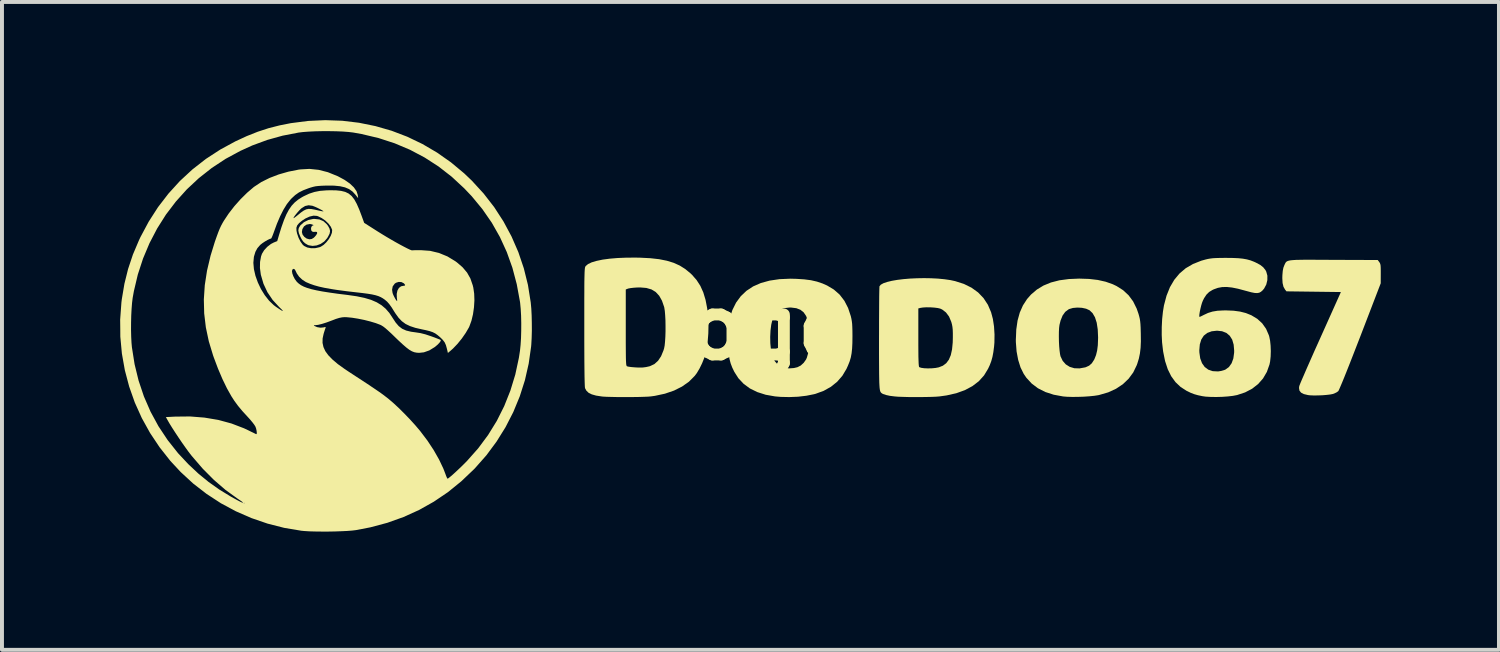
<source format=kicad_pcb>
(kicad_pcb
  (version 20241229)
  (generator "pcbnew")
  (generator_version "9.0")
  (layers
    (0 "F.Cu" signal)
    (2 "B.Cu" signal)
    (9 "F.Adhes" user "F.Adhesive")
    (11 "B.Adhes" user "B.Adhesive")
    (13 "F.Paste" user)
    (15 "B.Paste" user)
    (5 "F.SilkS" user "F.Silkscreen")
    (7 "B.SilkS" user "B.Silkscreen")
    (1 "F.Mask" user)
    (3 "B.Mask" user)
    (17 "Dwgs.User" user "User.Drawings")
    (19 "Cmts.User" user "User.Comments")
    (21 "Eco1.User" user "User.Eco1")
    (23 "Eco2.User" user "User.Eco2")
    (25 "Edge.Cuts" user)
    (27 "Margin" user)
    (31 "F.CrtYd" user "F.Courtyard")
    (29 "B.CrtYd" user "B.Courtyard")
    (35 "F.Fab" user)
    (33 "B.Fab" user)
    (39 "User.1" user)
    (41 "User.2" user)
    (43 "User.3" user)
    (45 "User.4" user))
  (footprint "logo"
    (layer "F.Cu")
    (at 16.122 5.259)
    (property "Reference" "logo" (at 0 0 0) (layer "F.SilkS") (effects (font (size 1.524 1.524) (thickness 0.3))))
    (attr through_hole)
    (fp_poly (pts (xy -11.063 -2.738) (xy -10.962 -2.694) (xy -10.878 -2.618) (xy -10.846 -2.576) (xy -10.808 -2.506) (xy -10.794 -2.444) (xy -10.806 -2.378) (xy -10.845 -2.301) (xy -10.869 -2.262) (xy -10.942 -2.179) (xy -11.034 -2.117) (xy -11.135 -2.079) (xy -11.239 -2.067) (xy -11.336 -2.083) (xy -11.37 -2.098) (xy -11.432 -2.136) (xy -11.478 -2.18) (xy -11.519 -2.242) (xy -11.548 -2.3) (xy -11.585 -2.39) (xy -11.591 -2.419) (xy -11.509 -2.419) (xy -11.492 -2.355) (xy -11.448 -2.297) (xy -11.388 -2.254) (xy -11.321 -2.235) (xy -11.315 -2.235) (xy -11.26 -2.243) (xy -11.212 -2.271) (xy -11.183 -2.298) (xy -11.146 -2.342) (xy -11.124 -2.382) (xy -11.121 -2.396) (xy -11.127 -2.419) (xy -11.153 -2.426) (xy -11.184 -2.424) (xy -11.231 -2.424) (xy -11.259 -2.443) (xy -11.269 -2.457) (xy -11.278 -2.501) (xy -11.27 -2.547) (xy -11.247 -2.579) (xy -11.227 -2.586) (xy -11.212 -2.591) (xy -11.224 -2.601) (xy -11.252 -2.612) (xy -11.287 -2.621) (xy -11.309 -2.623) (xy -11.392 -2.607) (xy -11.456 -2.562) (xy -11.497 -2.493) (xy -11.509 -2.419) (xy -11.591 -2.419) (xy -11.599 -2.462) (xy -11.588 -2.522) (xy -11.553 -2.58) (xy -11.545 -2.59) (xy -11.457 -2.669) (xy -11.348 -2.724) (xy -11.226 -2.751) (xy -11.185 -2.752)) (stroke (width 0) (type solid)) (fill yes) (layer "F.SilkS"))
    (fp_poly (pts (xy 14.279 -1.715) (xy 14.49 -1.714) (xy 14.679 -1.713) (xy 15.799 -1.709) (xy 15.838 -1.657) (xy 15.854 -1.632) (xy 15.865 -1.603) (xy 15.872 -1.564) (xy 15.875 -1.506) (xy 15.876 -1.423) (xy 15.876 -1.361) (xy 15.875 -1.118) (xy 15.357 0.23) (xy 15.26 0.479) (xy 15.171 0.708) (xy 15.09 0.915) (xy 15.017 1.099) (xy 14.953 1.259) (xy 14.899 1.391) (xy 14.855 1.495) (xy 14.823 1.569) (xy 14.803 1.611) (xy 14.797 1.62) (xy 14.755 1.65) (xy 14.695 1.679) (xy 14.661 1.691) (xy 14.595 1.704) (xy 14.502 1.715) (xy 14.393 1.724) (xy 14.279 1.728) (xy 14.171 1.729) (xy 14.078 1.725) (xy 14.029 1.719) (xy 13.924 1.694) (xy 13.853 1.657) (xy 13.812 1.606) (xy 13.801 1.538) (xy 13.807 1.492) (xy 13.817 1.465) (xy 13.84 1.407) (xy 13.876 1.322) (xy 13.924 1.212) (xy 13.981 1.08) (xy 14.048 0.928) (xy 14.122 0.76) (xy 14.202 0.579) (xy 14.288 0.388) (xy 14.342 0.268) (xy 14.864 -0.896) (xy 14.173 -0.905) (xy 13.482 -0.914) (xy 13.447 -0.958) (xy 13.407 -1.029) (xy 13.384 -1.124) (xy 13.377 -1.249) (xy 13.379 -1.323) (xy 13.388 -1.431) (xy 13.404 -1.513) (xy 13.428 -1.576) (xy 13.441 -1.604) (xy 13.453 -1.629) (xy 13.466 -1.65) (xy 13.483 -1.667) (xy 13.507 -1.681) (xy 13.54 -1.692) (xy 13.586 -1.701) (xy 13.647 -1.707) (xy 13.726 -1.712) (xy 13.826 -1.714) (xy 13.95 -1.716) (xy 14.1 -1.716)) (stroke (width 0) (type solid)) (fill yes) (layer "F.SilkS"))
    (fp_poly (pts (xy 8.471 -1.229) (xy 8.693 -1.203) (xy 8.893 -1.158) (xy 9.074 -1.094) (xy 9.17 -1.048) (xy 9.336 -0.943) (xy 9.475 -0.814) (xy 9.59 -0.659) (xy 9.68 -0.477) (xy 9.727 -0.342) (xy 9.745 -0.277) (xy 9.759 -0.218) (xy 9.769 -0.156) (xy 9.776 -0.084) (xy 9.781 0.007) (xy 9.784 0.124) (xy 9.785 0.166) (xy 9.787 0.356) (xy 9.78 0.519) (xy 9.763 0.661) (xy 9.736 0.792) (xy 9.697 0.919) (xy 9.681 0.963) (xy 9.593 1.145) (xy 9.475 1.305) (xy 9.329 1.444) (xy 9.156 1.559) (xy 8.958 1.65) (xy 8.735 1.715) (xy 8.711 1.721) (xy 8.609 1.737) (xy 8.48 1.75) (xy 8.336 1.76) (xy 8.186 1.765) (xy 8.04 1.766) (xy 7.91 1.762) (xy 7.814 1.754) (xy 7.574 1.71) (xy 7.361 1.641) (xy 7.174 1.546) (xy 7.014 1.425) (xy 6.88 1.279) (xy 6.813 1.181) (xy 6.732 1.017) (xy 6.672 0.825) (xy 6.632 0.611) (xy 6.614 0.378) (xy 6.613 0.314) (xy 6.617 0.233) (xy 7.705 0.233) (xy 7.707 0.357) (xy 7.713 0.479) (xy 7.723 0.589) (xy 7.735 0.68) (xy 7.747 0.735) (xy 7.802 0.85) (xy 7.881 0.94) (xy 7.981 1.003) (xy 8.099 1.038) (xy 8.231 1.042) (xy 8.374 1.016) (xy 8.387 1.012) (xy 8.473 0.973) (xy 8.541 0.913) (xy 8.599 0.824) (xy 8.609 0.804) (xy 8.649 0.703) (xy 8.677 0.588) (xy 8.694 0.454) (xy 8.7 0.292) (xy 8.701 0.256) (xy 8.692 0.053) (xy 8.666 -0.117) (xy 8.622 -0.255) (xy 8.56 -0.361) (xy 8.483 -0.434) (xy 8.397 -0.473) (xy 8.29 -0.496) (xy 8.174 -0.502) (xy 8.062 -0.492) (xy 7.966 -0.464) (xy 7.951 -0.456) (xy 7.867 -0.393) (xy 7.8 -0.3) (xy 7.749 -0.174) (xy 7.721 -0.062) (xy 7.711 0.015) (xy 7.706 0.116) (xy 7.705 0.233) (xy 6.617 0.233) (xy 6.624 0.057) (xy 6.657 -0.172) (xy 6.713 -0.375) (xy 6.793 -0.556) (xy 6.897 -0.717) (xy 6.999 -0.833) (xy 7.147 -0.959) (xy 7.315 -1.061) (xy 7.505 -1.139) (xy 7.719 -1.194) (xy 7.959 -1.226) (xy 8.221 -1.237)) (stroke (width 0) (type solid)) (fill yes) (layer "F.SilkS"))
    (fp_poly (pts (xy 1.044 -1.231) (xy 1.242 -1.218) (xy 1.413 -1.196) (xy 1.565 -1.161) (xy 1.707 -1.113) (xy 1.822 -1.062) (xy 1.994 -0.959) (xy 2.141 -0.83) (xy 2.261 -0.674) (xy 2.355 -0.492) (xy 2.424 -0.284) (xy 2.439 -0.219) (xy 2.45 -0.156) (xy 2.458 -0.089) (xy 2.462 -0.01) (xy 2.465 0.091) (xy 2.466 0.219) (xy 2.466 0.231) (xy 2.464 0.4) (xy 2.457 0.54) (xy 2.444 0.659) (xy 2.424 0.765) (xy 2.394 0.866) (xy 2.353 0.968) (xy 2.315 1.053) (xy 2.21 1.229) (xy 2.078 1.381) (xy 1.919 1.509) (xy 1.735 1.612) (xy 1.527 1.688) (xy 1.487 1.698) (xy 1.297 1.736) (xy 1.084 1.761) (xy 0.862 1.77) (xy 0.641 1.765) (xy 0.501 1.753) (xy 0.263 1.711) (xy 0.05 1.643) (xy -0.137 1.551) (xy -0.297 1.433) (xy -0.43 1.291) (xy -0.532 1.131) (xy -0.585 1.022) (xy -0.625 0.917) (xy -0.654 0.808) (xy -0.674 0.689) (xy -0.686 0.551) (xy -0.691 0.388) (xy -0.692 0.296) (xy -0.692 0.241) (xy 0.378 0.241) (xy 0.381 0.403) (xy 0.396 0.557) (xy 0.421 0.692) (xy 0.443 0.761) (xy 0.495 0.859) (xy 0.568 0.943) (xy 0.643 0.996) (xy 0.74 1.029) (xy 0.857 1.042) (xy 0.98 1.033) (xy 1.069 1.012) (xy 1.152 0.97) (xy 1.228 0.901) (xy 1.289 0.814) (xy 1.309 0.768) (xy 1.346 0.638) (xy 1.371 0.482) (xy 1.383 0.313) (xy 1.381 0.14) (xy 1.366 -0.009) (xy 1.335 -0.165) (xy 1.29 -0.288) (xy 1.227 -0.381) (xy 1.145 -0.446) (xy 1.042 -0.486) (xy 0.914 -0.502) (xy 0.868 -0.503) (xy 0.733 -0.487) (xy 0.62 -0.443) (xy 0.53 -0.369) (xy 0.463 -0.267) (xy 0.436 -0.199) (xy 0.405 -0.07) (xy 0.386 0.079) (xy 0.378 0.241) (xy -0.692 0.241) (xy -0.692 0.163) (xy -0.69 0.06) (xy -0.685 -0.022) (xy -0.679 -0.089) (xy -0.669 -0.15) (xy -0.655 -0.211) (xy -0.652 -0.225) (xy -0.582 -0.439) (xy -0.488 -0.628) (xy -0.369 -0.79) (xy -0.225 -0.927) (xy -0.055 -1.039) (xy 0.141 -1.125) (xy 0.363 -1.186) (xy 0.612 -1.223) (xy 0.889 -1.235)) (stroke (width 0) (type solid)) (fill yes) (layer "F.SilkS"))
    (fp_poly (pts (xy 4.463 -1.246) (xy 4.637 -1.237) (xy 4.802 -1.221) (xy 4.954 -1.199) (xy 5.073 -1.173) (xy 5.295 -1.102) (xy 5.489 -1.006) (xy 5.655 -0.886) (xy 5.793 -0.742) (xy 5.903 -0.574) (xy 5.985 -0.383) (xy 6.03 -0.214) (xy 6.059 -0.024) (xy 6.072 0.182) (xy 6.069 0.388) (xy 6.061 0.483) (xy 6.042 0.631) (xy 6.019 0.752) (xy 5.989 0.86) (xy 5.949 0.965) (xy 5.908 1.052) (xy 5.806 1.22) (xy 5.674 1.367) (xy 5.512 1.491) (xy 5.322 1.593) (xy 5.103 1.672) (xy 4.855 1.728) (xy 4.677 1.753) (xy 4.59 1.76) (xy 4.475 1.765) (xy 4.338 1.768) (xy 4.189 1.77) (xy 4.035 1.77) (xy 3.885 1.769) (xy 3.746 1.765) (xy 3.627 1.761) (xy 3.541 1.754) (xy 3.419 1.739) (xy 3.317 1.717) (xy 3.242 1.692) (xy 3.213 1.675) (xy 3.199 1.664) (xy 3.187 1.652) (xy 3.177 1.636) (xy 3.168 1.613) (xy 3.161 1.58) (xy 3.155 1.536) (xy 3.151 1.478) (xy 3.147 1.402) (xy 3.145 1.306) (xy 3.143 1.189) (xy 3.142 1.046) (xy 3.141 0.876) (xy 3.14 0.676) (xy 3.14 0.443) (xy 3.14 0.28) (xy 3.141 0.064) (xy 3.141 -0.141) (xy 3.142 -0.333) (xy 3.143 -0.48) (xy 4.138 -0.48) (xy 4.138 0.258) (xy 4.138 0.452) (xy 4.139 0.612) (xy 4.14 0.741) (xy 4.143 0.841) (xy 4.146 0.915) (xy 4.15 0.966) (xy 4.155 0.997) (xy 4.161 1.01) (xy 4.161 1.01) (xy 4.21 1.027) (xy 4.286 1.038) (xy 4.378 1.042) (xy 4.477 1.04) (xy 4.574 1.031) (xy 4.657 1.015) (xy 4.761 0.974) (xy 4.846 0.91) (xy 4.913 0.821) (xy 4.962 0.705) (xy 4.994 0.56) (xy 5.011 0.384) (xy 5.014 0.259) (xy 5.014 0.145) (xy 5.011 0.058) (xy 5.004 -0.01) (xy 4.993 -0.07) (xy 4.977 -0.13) (xy 4.972 -0.145) (xy 4.917 -0.275) (xy 4.84 -0.378) (xy 4.744 -0.452) (xy 4.695 -0.475) (xy 4.633 -0.49) (xy 4.547 -0.501) (xy 4.447 -0.508) (xy 4.346 -0.509) (xy 4.257 -0.504) (xy 4.19 -0.494) (xy 4.189 -0.493) (xy 4.138 -0.48) (xy 3.143 -0.48) (xy 3.143 -0.509) (xy 3.144 -0.664) (xy 3.145 -0.798) (xy 3.147 -0.905) (xy 3.149 -0.984) (xy 3.151 -1.031) (xy 3.152 -1.043) (xy 3.186 -1.083) (xy 3.252 -1.12) (xy 3.347 -1.152) (xy 3.467 -1.181) (xy 3.606 -1.205) (xy 3.762 -1.224) (xy 3.929 -1.238) (xy 4.105 -1.246) (xy 4.284 -1.249)) (stroke (width 0) (type solid)) (fill yes) (layer "F.SilkS"))
    (fp_poly (pts (xy -2.919 -1.768) (xy -2.665 -1.755) (xy -2.442 -1.73) (xy -2.246 -1.691) (xy -2.073 -1.638) (xy -1.918 -1.568) (xy -1.778 -1.48) (xy -1.648 -1.373) (xy -1.605 -1.332) (xy -1.49 -1.2) (xy -1.395 -1.053) (xy -1.32 -0.886) (xy -1.263 -0.697) (xy -1.221 -0.48) (xy -1.198 -0.272) (xy -1.188 -0.062) (xy -1.193 0.158) (xy -1.21 0.374) (xy -1.241 0.572) (xy -1.257 0.647) (xy -1.296 0.776) (xy -1.351 0.913) (xy -1.416 1.046) (xy -1.486 1.163) (xy -1.537 1.231) (xy -1.684 1.379) (xy -1.86 1.503) (xy -2.063 1.605) (xy -2.294 1.684) (xy -2.55 1.739) (xy -2.651 1.753) (xy -2.721 1.759) (xy -2.821 1.763) (xy -2.944 1.767) (xy -3.083 1.769) (xy -3.231 1.77) (xy -3.381 1.77) (xy -3.527 1.769) (xy -3.66 1.766) (xy -3.775 1.763) (xy -3.865 1.758) (xy -3.901 1.754) (xy -4.043 1.732) (xy -4.152 1.701) (xy -4.232 1.661) (xy -4.288 1.607) (xy -4.321 1.546) (xy -4.326 1.518) (xy -4.329 1.456) (xy -4.332 1.361) (xy -4.335 1.231) (xy -4.337 1.066) (xy -4.339 0.867) (xy -4.34 0.632) (xy -4.341 0.36) (xy -4.341 0.053) (xy -4.341 -0.008) (xy -4.341 -0.279) (xy -4.341 -0.515) (xy -4.341 -0.719) (xy -4.34 -0.893) (xy -4.34 -0.961) (xy -3.288 -0.961) (xy -3.288 0.007) (xy -3.288 0.221) (xy -3.288 0.402) (xy -3.287 0.551) (xy -3.286 0.672) (xy -3.285 0.769) (xy -3.283 0.843) (xy -3.28 0.898) (xy -3.277 0.937) (xy -3.272 0.962) (xy -3.267 0.978) (xy -3.261 0.986) (xy -3.256 0.989) (xy -3.215 0.999) (xy -3.149 1.008) (xy -3.067 1.015) (xy -2.981 1.02) (xy -2.901 1.021) (xy -2.854 1.019) (xy -2.777 1.009) (xy -2.695 0.991) (xy -2.671 0.984) (xy -2.561 0.932) (xy -2.469 0.849) (xy -2.392 0.734) (xy -2.331 0.586) (xy -2.315 0.534) (xy -2.301 0.461) (xy -2.291 0.36) (xy -2.283 0.237) (xy -2.279 0.101) (xy -2.279 -0.04) (xy -2.281 -0.179) (xy -2.288 -0.307) (xy -2.297 -0.416) (xy -2.31 -0.499) (xy -2.314 -0.517) (xy -2.369 -0.676) (xy -2.439 -0.801) (xy -2.527 -0.896) (xy -2.635 -0.962) (xy -2.766 -1) (xy -2.922 -1.013) (xy -3.009 -1.011) (xy -3.092 -1.005) (xy -3.167 -0.996) (xy -3.221 -0.986) (xy -3.237 -0.981) (xy -3.288 -0.961) (xy -4.34 -0.961) (xy -4.34 -1.04) (xy -4.339 -1.163) (xy -4.337 -1.263) (xy -4.335 -1.343) (xy -4.333 -1.406) (xy -4.33 -1.454) (xy -4.327 -1.489) (xy -4.323 -1.515) (xy -4.318 -1.532) (xy -4.313 -1.544) (xy -4.306 -1.554) (xy -4.305 -1.556) (xy -4.246 -1.606) (xy -4.153 -1.65) (xy -4.028 -1.687) (xy -3.875 -1.719) (xy -3.696 -1.743) (xy -3.493 -1.76) (xy -3.269 -1.769) (xy -3.027 -1.77)) (stroke (width 0) (type solid)) (fill yes) (layer "F.SilkS"))
    (fp_poly (pts (xy 12.121 -1.761) (xy 12.26 -1.755) (xy 12.376 -1.743) (xy 12.477 -1.725) (xy 12.569 -1.7) (xy 12.659 -1.665) (xy 12.707 -1.643) (xy 12.816 -1.585) (xy 12.894 -1.523) (xy 12.95 -1.452) (xy 12.97 -1.413) (xy 12.998 -1.311) (xy 12.997 -1.198) (xy 12.97 -1.087) (xy 12.916 -0.986) (xy 12.876 -0.938) (xy 12.834 -0.902) (xy 12.791 -0.879) (xy 12.739 -0.87) (xy 12.674 -0.873) (xy 12.588 -0.89) (xy 12.476 -0.92) (xy 12.435 -0.931) (xy 12.253 -0.98) (xy 12.099 -1.011) (xy 11.966 -1.025) (xy 11.848 -1.022) (xy 11.741 -1.002) (xy 11.638 -0.965) (xy 11.606 -0.95) (xy 11.52 -0.898) (xy 11.451 -0.83) (xy 11.391 -0.739) (xy 11.359 -0.674) (xy 11.338 -0.62) (xy 11.317 -0.549) (xy 11.298 -0.471) (xy 11.282 -0.395) (xy 11.272 -0.329) (xy 11.269 -0.283) (xy 11.273 -0.266) (xy 11.292 -0.27) (xy 11.333 -0.289) (xy 11.382 -0.314) (xy 11.491 -0.365) (xy 11.604 -0.4) (xy 11.73 -0.421) (xy 11.878 -0.429) (xy 11.952 -0.43) (xy 12.142 -0.422) (xy 12.305 -0.4) (xy 12.451 -0.363) (xy 12.586 -0.309) (xy 12.589 -0.308) (xy 12.742 -0.216) (xy 12.867 -0.101) (xy 12.965 0.038) (xy 13.036 0.202) (xy 13.046 0.236) (xy 13.067 0.339) (xy 13.08 0.465) (xy 13.085 0.603) (xy 13.081 0.739) (xy 13.068 0.863) (xy 13.052 0.942) (xy 12.985 1.131) (xy 12.888 1.297) (xy 12.763 1.439) (xy 12.611 1.558) (xy 12.433 1.651) (xy 12.228 1.719) (xy 12.227 1.719) (xy 12.123 1.739) (xy 11.993 1.754) (xy 11.849 1.764) (xy 11.701 1.768) (xy 11.559 1.766) (xy 11.433 1.759) (xy 11.349 1.747) (xy 11.235 1.723) (xy 11.143 1.697) (xy 11.056 1.664) (xy 10.96 1.617) (xy 10.945 1.61) (xy 10.795 1.513) (xy 10.666 1.391) (xy 10.557 1.241) (xy 10.469 1.063) (xy 10.401 0.855) (xy 10.353 0.618) (xy 10.348 0.581) (xy 11.27 0.581) (xy 11.272 0.638) (xy 11.293 0.787) (xy 11.339 0.91) (xy 11.407 1.006) (xy 11.498 1.074) (xy 11.609 1.112) (xy 11.74 1.119) (xy 11.754 1.118) (xy 11.828 1.106) (xy 11.901 1.085) (xy 11.933 1.072) (xy 12.023 1.006) (xy 12.09 0.911) (xy 12.134 0.79) (xy 12.154 0.643) (xy 12.155 0.591) (xy 12.142 0.439) (xy 12.105 0.312) (xy 12.043 0.214) (xy 11.958 0.142) (xy 11.849 0.099) (xy 11.72 0.085) (xy 11.584 0.1) (xy 11.472 0.142) (xy 11.384 0.211) (xy 11.321 0.308) (xy 11.283 0.432) (xy 11.27 0.581) (xy 10.348 0.581) (xy 10.325 0.382) (xy 10.316 0.193) (xy 10.317 -0.009) (xy 10.327 -0.21) (xy 10.347 -0.399) (xy 10.373 -0.558) (xy 10.438 -0.803) (xy 10.525 -1.02) (xy 10.635 -1.207) (xy 10.768 -1.367) (xy 10.926 -1.501) (xy 11.11 -1.608) (xy 11.319 -1.691) (xy 11.429 -1.722) (xy 11.493 -1.737) (xy 11.554 -1.747) (xy 11.62 -1.755) (xy 11.699 -1.759) (xy 11.799 -1.762) (xy 11.926 -1.763) (xy 11.952 -1.763)) (stroke (width 0) (type solid)) (fill yes) (layer "F.SilkS"))
    (fp_poly (pts (xy -10.485 -5.244) (xy -10.059 -5.193) (xy -9.641 -5.108) (xy -9.231 -4.99) (xy -8.833 -4.838) (xy -8.448 -4.653) (xy -8.078 -4.436) (xy -7.725 -4.188) (xy -7.39 -3.909) (xy -7.195 -3.723) (xy -6.897 -3.398) (xy -6.629 -3.053) (xy -6.393 -2.689) (xy -6.188 -2.307) (xy -6.015 -1.91) (xy -5.876 -1.499) (xy -5.771 -1.076) (xy -5.702 -0.642) (xy -5.7 -0.628) (xy -5.686 -0.476) (xy -5.677 -0.299) (xy -5.673 -0.108) (xy -5.672 0.086) (xy -5.677 0.271) (xy -5.686 0.435) (xy -5.691 0.491) (xy -5.752 0.92) (xy -5.848 1.342) (xy -5.979 1.752) (xy -6.143 2.15) (xy -6.34 2.534) (xy -6.568 2.9) (xy -6.826 3.248) (xy -7.114 3.574) (xy -7.139 3.6) (xy -7.463 3.908) (xy -7.803 4.184) (xy -8.161 4.426) (xy -8.535 4.636) (xy -8.928 4.814) (xy -9.339 4.961) (xy -9.77 5.076) (xy -10.132 5.146) (xy -10.23 5.158) (xy -10.356 5.168) (xy -10.505 5.175) (xy -10.669 5.181) (xy -10.839 5.184) (xy -11.01 5.184) (xy -11.173 5.182) (xy -11.32 5.178) (xy -11.446 5.17) (xy -11.522 5.163) (xy -11.957 5.09) (xy -12.38 4.982) (xy -12.791 4.841) (xy -13.187 4.668) (xy -13.567 4.464) (xy -13.571 4.461) (xy -12.986 4.461) (xy -12.977 4.47) (xy -12.968 4.461) (xy -12.977 4.452) (xy -12.986 4.461) (xy -13.571 4.461) (xy -13.927 4.229) (xy -14.268 3.965) (xy -14.586 3.672) (xy -14.848 3.39) (xy -15.121 3.044) (xy -15.363 2.681) (xy -15.573 2.302) (xy -15.75 1.909) (xy -15.893 1.504) (xy -16.003 1.089) (xy -16.078 0.666) (xy -16.118 0.237) (xy -16.119 0.064) (xy -15.846 0.064) (xy -15.842 0.237) (xy -15.834 0.393) (xy -15.824 0.504) (xy -15.756 0.935) (xy -15.654 1.352) (xy -15.519 1.754) (xy -15.351 2.14) (xy -15.15 2.51) (xy -14.916 2.862) (xy -14.652 3.195) (xy -14.392 3.473) (xy -14.137 3.712) (xy -13.878 3.924) (xy -13.606 4.117) (xy -13.308 4.299) (xy -13.236 4.339) (xy -13.143 4.39) (xy -13.078 4.424) (xy -13.036 4.444) (xy -13.013 4.451) (xy -13.005 4.447) (xy -13.005 4.445) (xy -13.019 4.433) (xy -13.057 4.405) (xy -13.112 4.368) (xy -13.139 4.35) (xy -13.446 4.128) (xy -13.74 3.875) (xy -14.023 3.591) (xy -14.297 3.273) (xy -14.321 3.244) (xy -14.387 3.158) (xy -14.465 3.05) (xy -14.552 2.927) (xy -14.641 2.796) (xy -14.727 2.666) (xy -14.805 2.545) (xy -14.87 2.44) (xy -14.904 2.381) (xy -14.962 2.278) (xy -14.727 2.266) (xy -14.348 2.262) (xy -13.982 2.291) (xy -13.63 2.35) (xy -13.295 2.441) (xy -12.979 2.562) (xy -12.875 2.611) (xy -12.798 2.649) (xy -12.733 2.68) (xy -12.687 2.703) (xy -12.668 2.712) (xy -12.656 2.704) (xy -12.654 2.67) (xy -12.66 2.62) (xy -12.672 2.566) (xy -12.689 2.519) (xy -12.716 2.475) (xy -12.762 2.414) (xy -12.821 2.343) (xy -12.887 2.27) (xy -12.888 2.269) (xy -13.02 2.125) (xy -13.129 1.994) (xy -13.223 1.866) (xy -13.298 1.75) (xy -13.412 1.547) (xy -13.526 1.312) (xy -13.638 1.049) (xy -13.745 0.765) (xy -13.764 0.711) (xy -13.872 0.354) (xy -13.947 0.000349) (xy -13.989 -0.353) (xy -13.998 -0.709) (xy -13.974 -1.07) (xy -13.917 -1.44) (xy -13.827 -1.82) (xy -13.719 -2.171) (xy -13.671 -2.307) (xy -13.631 -2.416) (xy -13.595 -2.505) (xy -13.559 -2.582) (xy -13.52 -2.654) (xy -13.49 -2.705) (xy -13.368 -2.888) (xy -13.224 -3.074) (xy -13.064 -3.254) (xy -12.898 -3.418) (xy -12.734 -3.558) (xy -12.718 -3.57) (xy -12.539 -3.688) (xy -12.33 -3.792) (xy -12.098 -3.881) (xy -11.85 -3.952) (xy -11.592 -4.003) (xy -11.545 -4.009) (xy -11.318 -4.022) (xy -11.085 -3.998) (xy -10.849 -3.938) (xy -10.61 -3.841) (xy -10.594 -3.834) (xy -10.427 -3.744) (xy -10.292 -3.65) (xy -10.191 -3.554) (xy -10.123 -3.457) (xy -10.091 -3.36) (xy -10.091 -3.356) (xy -10.081 -3.279) (xy -10.149 -3.366) (xy -10.224 -3.447) (xy -10.311 -3.509) (xy -10.415 -3.553) (xy -10.541 -3.582) (xy -10.693 -3.597) (xy -10.875 -3.598) (xy -10.899 -3.598) (xy -11.01 -3.594) (xy -11.095 -3.588) (xy -11.163 -3.58) (xy -11.225 -3.566) (xy -11.291 -3.547) (xy -11.342 -3.53) (xy -11.476 -3.479) (xy -11.585 -3.424) (xy -11.679 -3.358) (xy -11.771 -3.273) (xy -11.806 -3.235) (xy -11.891 -3.127) (xy -11.977 -2.987) (xy -12.061 -2.821) (xy -12.141 -2.634) (xy -12.201 -2.471) (xy -12.231 -2.388) (xy -12.257 -2.32) (xy -12.278 -2.273) (xy -12.29 -2.254) (xy -12.291 -2.254) (xy -12.327 -2.243) (xy -12.382 -2.217) (xy -12.446 -2.18) (xy -12.509 -2.138) (xy -12.56 -2.098) (xy -12.568 -2.091) (xy -12.639 -2.009) (xy -12.689 -1.917) (xy -12.724 -1.802) (xy -12.728 -1.783) (xy -12.741 -1.638) (xy -12.727 -1.478) (xy -12.688 -1.309) (xy -12.627 -1.139) (xy -12.548 -0.972) (xy -12.452 -0.817) (xy -12.343 -0.678) (xy -12.223 -0.563) (xy -12.164 -0.519) (xy -12.079 -0.462) (xy -12.023 -0.427) (xy -11.995 -0.414) (xy -11.995 -0.423) (xy -12.022 -0.454) (xy -12.077 -0.507) (xy -12.085 -0.515) (xy -12.251 -0.695) (xy -12.384 -0.892) (xy -12.484 -1.106) (xy -12.551 -1.335) (xy -12.553 -1.348) (xy -12.574 -1.507) (xy -12.571 -1.661) (xy -12.546 -1.799) (xy -12.523 -1.866) (xy -12.468 -1.957) (xy -12.388 -2.044) (xy -12.295 -2.116) (xy -12.224 -2.153) (xy -12.135 -2.189) (xy -12.089 -2.346) (xy -12.033 -2.527) (xy -11.649 -2.527) (xy -11.646 -2.453) (xy -11.632 -2.385) (xy -11.594 -2.274) (xy -11.544 -2.175) (xy -11.488 -2.097) (xy -11.453 -2.066) (xy -11.373 -2.027) (xy -11.274 -2.008) (xy -11.167 -2.01) (xy -11.065 -2.033) (xy -11.029 -2.047) (xy -10.957 -2.093) (xy -10.888 -2.16) (xy -10.826 -2.238) (xy -10.777 -2.322) (xy -10.747 -2.401) (xy -10.741 -2.468) (xy -10.742 -2.477) (xy -10.775 -2.554) (xy -10.835 -2.634) (xy -10.914 -2.71) (xy -11.006 -2.774) (xy -11.101 -2.82) (xy -11.13 -2.829) (xy -11.214 -2.835) (xy -11.313 -2.812) (xy -11.42 -2.763) (xy -11.503 -2.709) (xy -11.581 -2.645) (xy -11.628 -2.588) (xy -11.649 -2.527) (xy -12.033 -2.527) (xy -12.025 -2.551) (xy -11.964 -2.723) (xy -11.944 -2.771) (xy -11.722 -2.771) (xy -11.72 -2.771) (xy -11.7 -2.782) (xy -11.662 -2.81) (xy -11.622 -2.842) (xy -11.533 -2.915) (xy -11.461 -2.965) (xy -11.399 -2.995) (xy -11.338 -3.007) (xy -11.267 -3.003) (xy -11.179 -2.987) (xy -11.122 -2.974) (xy -11.052 -2.958) (xy -10.996 -2.947) (xy -10.965 -2.943) (xy -10.961 -2.943) (xy -10.971 -2.955) (xy -11.006 -2.977) (xy -11.059 -3.005) (xy -11.119 -3.035) (xy -11.18 -3.062) (xy -11.232 -3.082) (xy -11.243 -3.086) (xy -11.339 -3.099) (xy -11.427 -3.08) (xy -11.514 -3.026) (xy -11.53 -3.013) (xy -11.572 -2.972) (xy -11.617 -2.922) (xy -11.66 -2.87) (xy -11.696 -2.823) (xy -11.718 -2.788) (xy -11.722 -2.771) (xy -11.944 -2.771) (xy -11.903 -2.867) (xy -11.839 -2.986) (xy -11.77 -3.086) (xy -11.692 -3.17) (xy -11.604 -3.242) (xy -11.503 -3.306) (xy -11.456 -3.331) (xy -11.324 -3.393) (xy -11.192 -3.436) (xy -11.05 -3.464) (xy -10.888 -3.477) (xy -10.788 -3.48) (xy -10.638 -3.477) (xy -10.514 -3.464) (xy -10.409 -3.438) (xy -10.322 -3.396) (xy -10.246 -3.333) (xy -10.179 -3.247) (xy -10.117 -3.135) (xy -10.054 -2.992) (xy -9.995 -2.836) (xy -9.928 -2.652) (xy -9.587 -2.435) (xy -9.476 -2.366) (xy -9.359 -2.295) (xy -9.238 -2.224) (xy -9.121 -2.157) (xy -9.009 -2.095) (xy -8.909 -2.042) (xy -8.825 -1.999) (xy -8.761 -1.969) (xy -8.722 -1.955) (xy -8.713 -1.954) (xy -8.689 -1.956) (xy -8.636 -1.958) (xy -8.562 -1.959) (xy -8.491 -1.959) (xy -8.255 -1.942) (xy -8.029 -1.888) (xy -7.815 -1.8) (xy -7.611 -1.676) (xy -7.572 -1.647) (xy -7.428 -1.522) (xy -7.316 -1.389) (xy -7.232 -1.24) (xy -7.173 -1.069) (xy -7.158 -1.008) (xy -7.136 -0.856) (xy -7.13 -0.686) (xy -7.141 -0.508) (xy -7.166 -0.332) (xy -7.205 -0.169) (xy -7.256 -0.028) (xy -7.27 0.003) (xy -7.351 0.142) (xy -7.451 0.286) (xy -7.562 0.422) (xy -7.674 0.539) (xy -7.727 0.586) (xy -7.803 0.65) (xy -7.827 0.547) (xy -7.853 0.452) (xy -7.886 0.379) (xy -7.936 0.314) (xy -8.002 0.25) (xy -8.066 0.196) (xy -8.125 0.154) (xy -8.189 0.122) (xy -8.265 0.096) (xy -8.362 0.072) (xy -8.463 0.051) (xy -8.629 0.013) (xy -8.765 -0.032) (xy -8.877 -0.086) (xy -8.972 -0.156) (xy -9.056 -0.244) (xy -9.136 -0.355) (xy -9.166 -0.402) (xy -9.233 -0.51) (xy -9.292 -0.591) (xy -9.347 -0.653) (xy -9.406 -0.703) (xy -9.455 -0.737) (xy -9.508 -0.767) (xy -9.568 -0.793) (xy -9.639 -0.815) (xy -9.727 -0.835) (xy -9.837 -0.853) (xy -9.974 -0.871) (xy -10.114 -0.887) (xy -10.365 -0.916) (xy -10.584 -0.945) (xy -10.653 -0.955) (xy -9.22 -0.955) (xy -9.207 -0.871) (xy -9.189 -0.823) (xy -9.162 -0.768) (xy -9.133 -0.716) (xy -9.108 -0.679) (xy -9.092 -0.665) (xy -9.091 -0.681) (xy -9.095 -0.723) (xy -9.099 -0.748) (xy -9.102 -0.848) (xy -9.084 -0.934) (xy -9.046 -1) (xy -8.992 -1.042) (xy -8.938 -1.053) (xy -8.897 -1.059) (xy -8.889 -1.077) (xy -8.914 -1.11) (xy -8.924 -1.119) (xy -8.982 -1.149) (xy -9.052 -1.153) (xy -9.119 -1.132) (xy -9.153 -1.109) (xy -9.204 -1.039) (xy -9.22 -0.955) (xy -10.653 -0.955) (xy -10.772 -0.974) (xy -10.935 -1.003) (xy -11.075 -1.034) (xy -11.196 -1.068) (xy -11.302 -1.105) (xy -11.396 -1.145) (xy -11.417 -1.156) (xy -11.502 -1.212) (xy -11.58 -1.286) (xy -11.638 -1.368) (xy -11.658 -1.41) (xy -11.686 -1.466) (xy -11.716 -1.486) (xy -11.747 -1.47) (xy -11.75 -1.467) (xy -11.761 -1.428) (xy -11.752 -1.369) (xy -11.727 -1.299) (xy -11.69 -1.227) (xy -11.643 -1.163) (xy -11.636 -1.154) (xy -11.588 -1.11) (xy -11.53 -1.069) (xy -11.46 -1.033) (xy -11.374 -1) (xy -11.269 -0.969) (xy -11.142 -0.94) (xy -10.99 -0.911) (xy -10.811 -0.883) (xy -10.601 -0.853) (xy -10.357 -0.823) (xy -10.35 -0.822) (xy -10.12 -0.789) (xy -9.923 -0.748) (xy -9.754 -0.698) (xy -9.61 -0.636) (xy -9.487 -0.561) (xy -9.381 -0.471) (xy -9.288 -0.363) (xy -9.208 -0.242) (xy -9.129 -0.122) (xy -9.051 -0.031) (xy -8.965 0.035) (xy -8.863 0.081) (xy -8.739 0.111) (xy -8.618 0.128) (xy -8.5 0.146) (xy -8.373 0.178) (xy -8.227 0.227) (xy -8.224 0.228) (xy -8.138 0.259) (xy -8.066 0.287) (xy -8.013 0.308) (xy -7.987 0.32) (xy -7.986 0.321) (xy -7.986 0.345) (xy -8.012 0.384) (xy -8.058 0.434) (xy -8.12 0.487) (xy -8.136 0.5) (xy -8.274 0.585) (xy -8.412 0.634) (xy -8.531 0.647) (xy -8.596 0.643) (xy -8.657 0.631) (xy -8.718 0.607) (xy -8.784 0.568) (xy -8.858 0.512) (xy -8.946 0.436) (xy -9.052 0.338) (xy -9.129 0.264) (xy -9.236 0.16) (xy -9.322 0.081) (xy -9.39 0.021) (xy -9.446 -0.022) (xy -9.493 -0.051) (xy -9.519 -0.064) (xy -9.633 -0.107) (xy -9.773 -0.149) (xy -9.927 -0.188) (xy -10.085 -0.22) (xy -10.235 -0.244) (xy -10.368 -0.257) (xy -10.425 -0.259) (xy -10.489 -0.254) (xy -10.559 -0.24) (xy -10.644 -0.214) (xy -10.727 -0.182) (xy -10.88 -0.125) (xy -11.003 -0.086) (xy -11.099 -0.063) (xy -11.167 -0.055) (xy -11.202 -0.053) (xy -11.203 -0.043) (xy -11.194 -0.037) (xy -11.121 -0.005) (xy -11.036 0.009) (xy -10.962 0.002) (xy -10.919 -0.008) (xy -10.904 -0.004) (xy -10.909 0.015) (xy -10.909 0.015) (xy -10.921 0.048) (xy -10.939 0.104) (xy -10.958 0.166) (xy -10.983 0.283) (xy -10.985 0.394) (xy -10.962 0.5) (xy -10.914 0.605) (xy -10.837 0.71) (xy -10.731 0.819) (xy -10.595 0.934) (xy -10.425 1.056) (xy -10.322 1.125) (xy -10.137 1.246) (xy -9.979 1.349) (xy -9.846 1.436) (xy -9.735 1.511) (xy -9.641 1.574) (xy -9.562 1.628) (xy -9.495 1.675) (xy -9.437 1.718) (xy -9.383 1.759) (xy -9.331 1.799) (xy -9.31 1.816) (xy -9.189 1.919) (xy -9.053 2.045) (xy -8.911 2.186) (xy -8.768 2.334) (xy -8.633 2.483) (xy -8.513 2.624) (xy -8.499 2.642) (xy -8.321 2.877) (xy -8.163 3.117) (xy -8.027 3.356) (xy -7.918 3.586) (xy -7.867 3.718) (xy -7.845 3.779) (xy -7.825 3.823) (xy -7.813 3.842) (xy -7.812 3.842) (xy -7.79 3.83) (xy -7.746 3.795) (xy -7.685 3.743) (xy -7.611 3.676) (xy -7.53 3.6) (xy -7.444 3.518) (xy -7.36 3.434) (xy -7.315 3.388) (xy -7.034 3.071) (xy -6.783 2.733) (xy -6.562 2.375) (xy -6.374 2) (xy -6.217 1.606) (xy -6.092 1.197) (xy -6.001 0.773) (xy -5.973 0.591) (xy -5.958 0.445) (xy -5.947 0.274) (xy -5.942 0.087) (xy -5.941 -0.105) (xy -5.945 -0.293) (xy -5.955 -0.467) (xy -5.969 -0.617) (xy -5.974 -0.654) (xy -6.055 -1.094) (xy -6.166 -1.513) (xy -6.309 -1.913) (xy -6.483 -2.293) (xy -6.689 -2.656) (xy -6.928 -3.001) (xy -7.198 -3.328) (xy -7.389 -3.529) (xy -7.705 -3.822) (xy -8.039 -4.082) (xy -8.392 -4.31) (xy -8.764 -4.507) (xy -9.155 -4.672) (xy -9.564 -4.805) (xy -9.994 -4.907) (xy -10.206 -4.945) (xy -10.323 -4.959) (xy -10.469 -4.97) (xy -10.635 -4.977) (xy -10.813 -4.98) (xy -10.995 -4.98) (xy -11.174 -4.976) (xy -11.34 -4.968) (xy -11.485 -4.957) (xy -11.592 -4.944) (xy -11.999 -4.865) (xy -12.388 -4.757) (xy -12.768 -4.617) (xy -13.069 -4.48) (xy -13.445 -4.277) (xy -13.797 -4.045) (xy -14.126 -3.786) (xy -14.43 -3.502) (xy -14.708 -3.193) (xy -14.96 -2.862) (xy -15.183 -2.509) (xy -15.377 -2.137) (xy -15.541 -1.747) (xy -15.674 -1.34) (xy -15.774 -0.917) (xy -15.805 -0.745) (xy -15.82 -0.621) (xy -15.832 -0.469) (xy -15.841 -0.298) (xy -15.845 -0.117) (xy -15.846 0.064) (xy -16.119 0.064) (xy -16.122 -0.197) (xy -16.09 -0.633) (xy -16.08 -0.714) (xy -16.014 -1.106) (xy -15.921 -1.481) (xy -15.798 -1.849) (xy -15.642 -2.217) (xy -15.607 -2.291) (xy -15.398 -2.682) (xy -15.161 -3.051) (xy -14.896 -3.395) (xy -14.605 -3.715) (xy -14.288 -4.008) (xy -13.946 -4.275) (xy -13.58 -4.513) (xy -13.199 -4.72) (xy -12.907 -4.855) (xy -12.63 -4.965) (xy -12.355 -5.055) (xy -12.072 -5.127) (xy -11.789 -5.183) (xy -11.352 -5.239) (xy -10.917 -5.259)) (stroke (width 0) (type solid)) (fill yes) (layer "F.SilkS")))
  (gr_rect
    (start -3 -3)
    (end 34.998 13.444)
    (stroke (width 0.1) (type default))
    (fill no)
    (layer "Edge.Cuts")))
</source>
